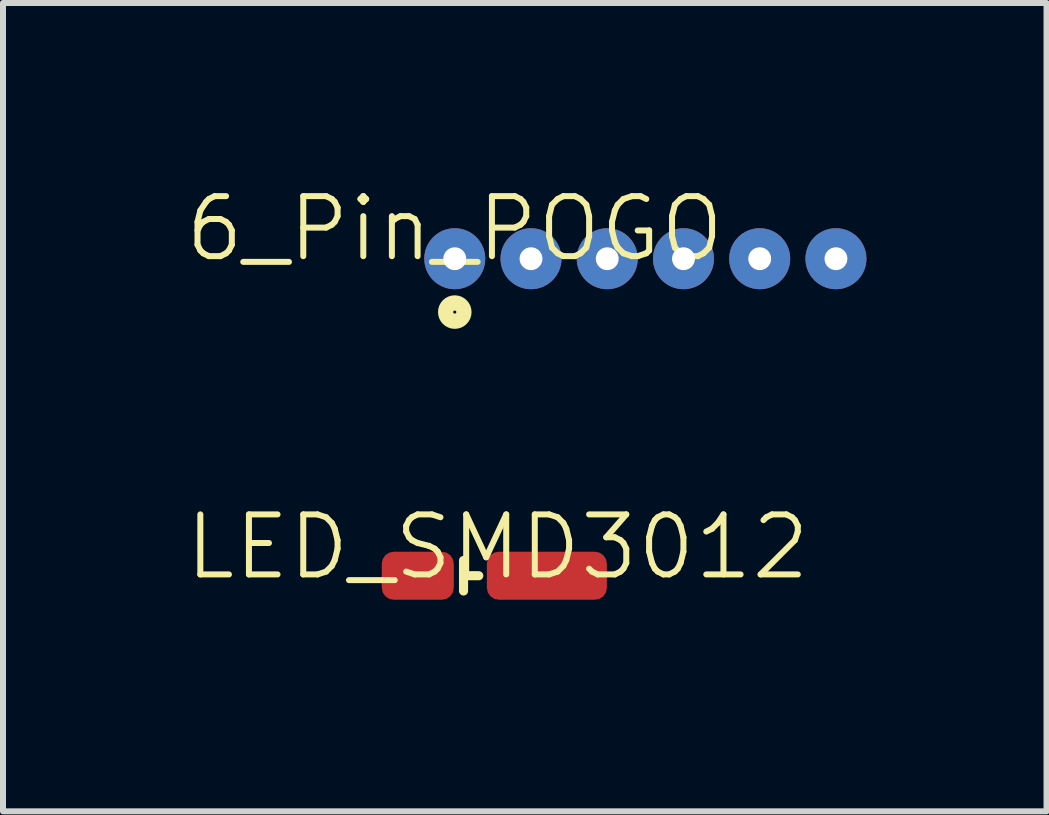
<source format=kicad_pcb>
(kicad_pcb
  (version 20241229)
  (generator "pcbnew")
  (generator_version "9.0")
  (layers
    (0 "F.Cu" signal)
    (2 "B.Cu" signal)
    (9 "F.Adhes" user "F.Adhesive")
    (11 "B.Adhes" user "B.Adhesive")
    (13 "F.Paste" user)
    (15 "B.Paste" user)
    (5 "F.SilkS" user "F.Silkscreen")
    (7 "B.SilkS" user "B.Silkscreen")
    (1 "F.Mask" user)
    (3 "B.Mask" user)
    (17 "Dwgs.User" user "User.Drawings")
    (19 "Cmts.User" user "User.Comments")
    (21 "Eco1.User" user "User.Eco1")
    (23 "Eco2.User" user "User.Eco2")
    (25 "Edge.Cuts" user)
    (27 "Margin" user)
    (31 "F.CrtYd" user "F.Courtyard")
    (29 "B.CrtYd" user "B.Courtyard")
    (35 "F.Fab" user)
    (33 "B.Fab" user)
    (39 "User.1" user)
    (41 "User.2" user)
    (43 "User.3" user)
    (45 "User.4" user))
  (footprint "6_Pin_POGO"
    (layer "F.Cu")
    (at 4.526 1.26)
    (property "Reference" "6_Pin_POGO" (at 0 -0.5 0) (unlocked yes) (layer "F.SilkS") (effects (font (size 1 1) (thickness 0.1))))
    (attr smd)
    (fp_circle (center 0.000004 0.889) (end 0.011 0.912) (stroke (width 0.254) (type solid)) (fill no) (layer "F.SilkS"))
    (pad "1" thru_hole circle (at 0 0) (size 1.016 1.016) (drill 0.381) (layers "*.Cu" "*.Mask"))
    (pad "2" thru_hole circle (at 1.27 0) (size 1.016 1.016) (drill 0.381) (layers "*.Cu" "*.Mask"))
    (pad "3" thru_hole circle (at 2.54 -0.000004) (size 1.016 1.016) (drill 0.381) (layers "*.Cu" "*.Mask"))
    (pad "4" thru_hole circle (at 3.81 -0.000004) (size 1.016 1.016) (drill 0.381) (layers "*.Cu" "*.Mask"))
    (pad "5" thru_hole circle (at 5.08 -0.000004) (size 1.016 1.016) (drill 0.381) (layers "*.Cu" "*.Mask"))
    (pad "6" thru_hole circle (at 6.35 -0.000003) (size 1.016 1.016) (drill 0.381) (layers "*.Cu" "*.Mask")))
  (footprint "LED_SMD3012"
    (layer "F.Cu")
    (at 5.24 6.562)
    (property "Reference" "LED_SMD3012" (at 0 -0.5 0) (unlocked yes) (layer "F.SilkS") (effects (font (size 1 1) (thickness 0.1))))
    (attr smd)
    (fp_line (start -0.568 -0.275) (end -0.568 0.233) (stroke (width 0.152) (type solid)) (layer "F.SilkS"))
    (fp_line (start -0.314 -0.021) (end -0.568 -0.021) (stroke (width 0.152) (type solid)) (layer "F.SilkS"))
    (fp_line (start -2.13 -0.921) (end -2.13 0.879) (stroke (width 0.05) (type solid)) (layer "User.7"))
    (fp_line (start -0.06 -0.521) (end -0.06 0.479) (stroke (width 0.05) (type solid)) (layer "User.7"))
    (fp_line (start 0.44 -0.021) (end -0.56 -0.021) (stroke (width 0.05) (type solid)) (layer "User.7"))
    (fp_line (start 2.01 0.879) (end -2.13 0.879) (stroke (width 0.05) (type solid)) (layer "User.7"))
    (fp_line (start 2.01 -0.921) (end -2.13 -0.921) (stroke (width 0.05) (type solid)) (layer "User.7"))
    (fp_line (start 2.01 -0.921) (end 2.01 0.879) (stroke (width 0.05) (type solid)) (layer "User.7"))
    (fp_line (start -1.35 0.179) (end -0.85 0.679) (stroke (width 0.1) (type solid)) (layer "User.11"))
    (fp_line (start -1.35 -0.721) (end -1.35 0.679) (stroke (width 0.1) (type solid)) (layer "User.11"))
    (fp_line (start 1.23 -0.721) (end -1.35 -0.721) (stroke (width 0.1) (type solid)) (layer "User.11"))
    (fp_line (start 1.23 -0.721) (end 1.23 0.679) (stroke (width 0.1) (type solid)) (layer "User.11"))
    (fp_line (start 1.23 0.679) (end -1.35 0.679) (stroke (width 0.1) (type solid)) (layer "User.11"))
    (fp_text user "${REFERENCE}" (at 0 0 0) (unlocked yes) (layer "User.8") (effects (font (size 0.6 0.6) (thickness 0.06))))
    (pad "1" smd roundrect (at 0.82 -0.021) (size 2 0.8) (layers "F.Cu" "F.Mask" "F.Paste") (roundrect_rratio 0.25))
    (pad "2" smd roundrect (at -1.33 -0.021) (size 1.2 0.8) (layers "F.Cu" "F.Mask" "F.Paste") (roundrect_rratio 0.25)))
  (gr_rect
    (start -3 -3)
    (end 14.384 10.466)
    (stroke (width 0.1) (type default))
    (fill no)
    (layer "Edge.Cuts")))
</source>
